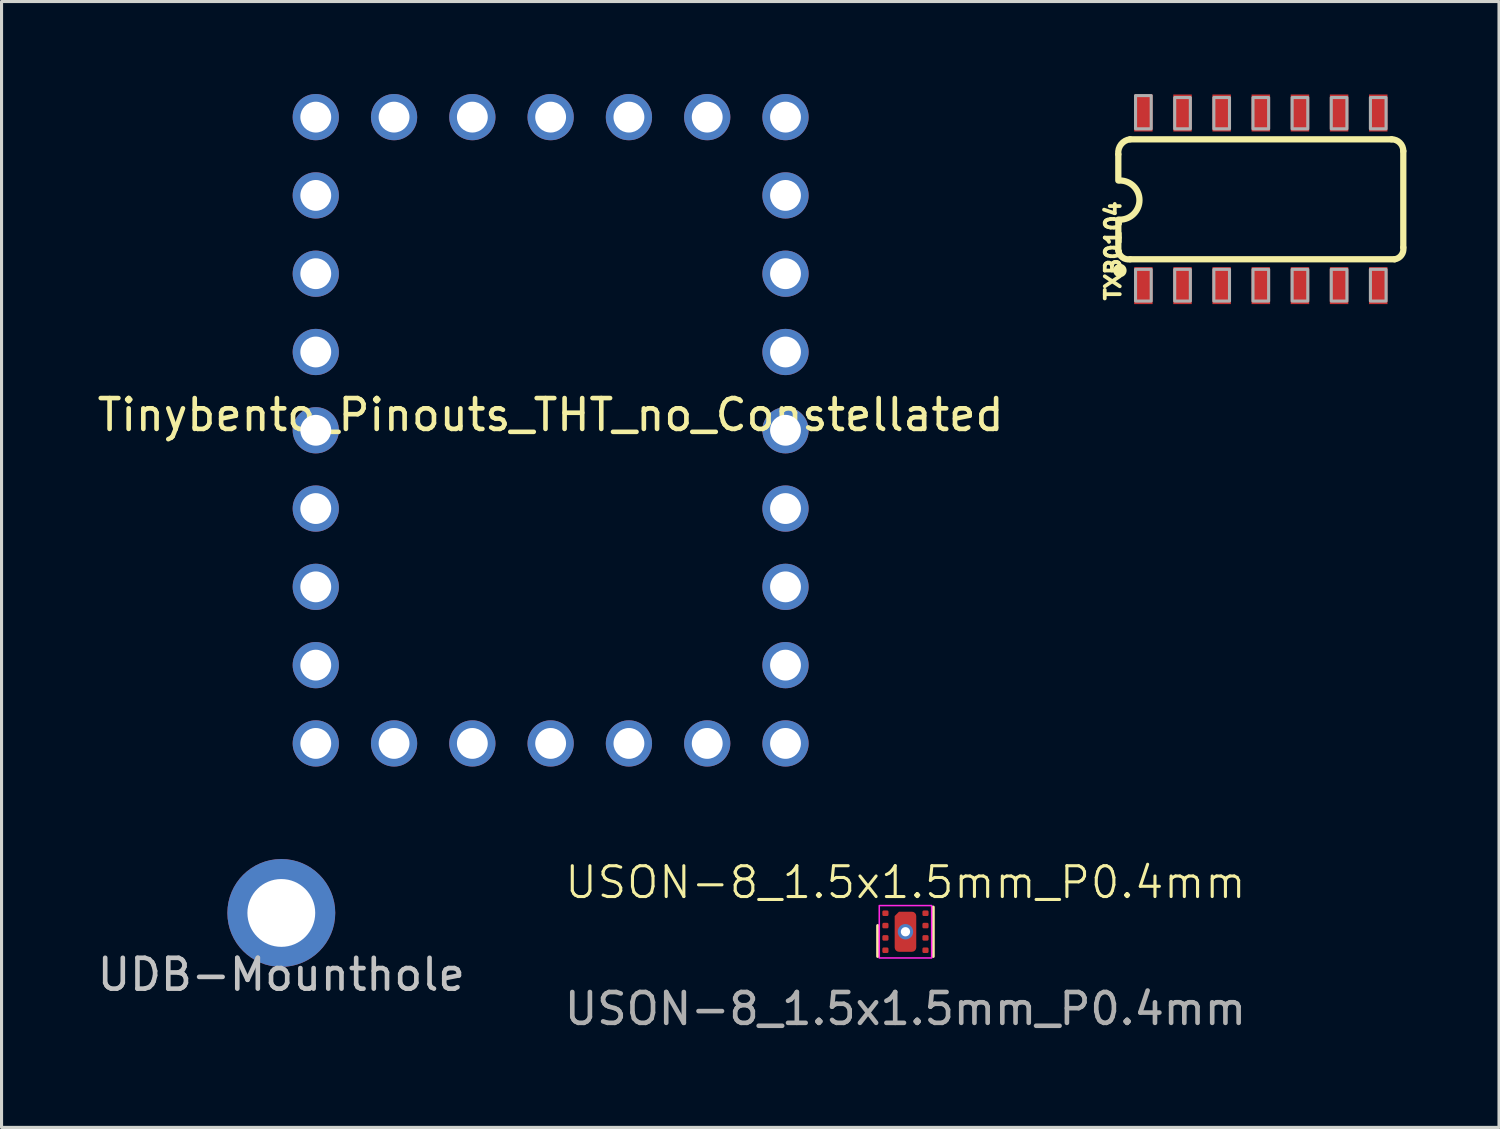
<source format=kicad_pcb>
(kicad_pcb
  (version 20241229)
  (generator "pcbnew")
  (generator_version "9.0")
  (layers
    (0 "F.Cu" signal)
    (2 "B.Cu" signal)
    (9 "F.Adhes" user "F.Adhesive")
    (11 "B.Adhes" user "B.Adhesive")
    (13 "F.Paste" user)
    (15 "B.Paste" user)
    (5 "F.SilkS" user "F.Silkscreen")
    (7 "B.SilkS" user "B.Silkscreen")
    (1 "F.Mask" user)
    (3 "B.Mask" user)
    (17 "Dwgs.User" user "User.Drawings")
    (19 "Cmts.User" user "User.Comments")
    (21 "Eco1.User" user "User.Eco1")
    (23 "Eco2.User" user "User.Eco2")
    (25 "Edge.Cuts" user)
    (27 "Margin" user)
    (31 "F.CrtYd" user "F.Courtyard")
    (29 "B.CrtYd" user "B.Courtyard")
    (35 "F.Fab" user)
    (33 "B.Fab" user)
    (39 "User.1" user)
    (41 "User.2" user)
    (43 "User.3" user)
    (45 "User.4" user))
  (footprint "UDB-Mounthole"
    (layer "F.Cu")
    (at 6.077 26.57)
    (property "Reference" "UDB-Mounthole" (at 0 2 0) (layer "Dwgs.User") (effects (font (size 1 1) (thickness 0.15))))
    (attr exclude_from_pos_files exclude_from_bom)
    (pad "1" thru_hole circle (at 0 0) (size 3.5 3.5) (drill 2.2) (layers "*.Cu" "*.Mask")))
  (footprint "Tinybento_Pinouts_THT_no_Constellated"
    (layer "F.Cu")
    (at 14.815 10.91)
    (property "Reference" "Tinybento_Pinouts_THT_no_Constellated" (at 0 -0.5 0) (unlocked yes) (layer "F.SilkS") (effects (font (size 1 1) (thickness 0.15))))
    (pad "1" thru_hole circle (at 7.62 -10.16 180) (size 1.5 1.5) (drill 1) (layers "*.Cu" "*.Mask"))
    (pad "2" thru_hole circle (at 7.62 -7.62 180) (size 1.5 1.5) (drill 1) (layers "*.Cu" "*.Mask"))
    (pad "3" thru_hole circle (at 7.62 -5.08 180) (size 1.5 1.5) (drill 1) (layers "*.Cu" "*.Mask"))
    (pad "4" thru_hole circle (at 7.62 -2.54 180) (size 1.5 1.5) (drill 1) (layers "*.Cu" "*.Mask"))
    (pad "5" thru_hole circle (at 7.62 0 180) (size 1.5 1.5) (drill 1) (layers "*.Cu" "*.Mask"))
    (pad "6" thru_hole circle (at 7.62 2.54 180) (size 1.5 1.5) (drill 1) (layers "*.Cu" "*.Mask"))
    (pad "7" thru_hole circle (at 7.62 5.08 180) (size 1.5 1.5) (drill 1) (layers "*.Cu" "*.Mask"))
    (pad "8" thru_hole circle (at 7.62 7.62 180) (size 1.5 1.5) (drill 1) (layers "*.Cu" "*.Mask"))
    (pad "9" thru_hole circle (at 7.62 10.16 180) (size 1.5 1.5) (drill 1) (layers "*.Cu" "*.Mask"))
    (pad "10" thru_hole circle (at 5.08 10.16 90) (size 1.5 1.5) (drill 1) (layers "*.Cu" "*.Mask"))
    (pad "11" thru_hole circle (at 2.54 10.16 90) (size 1.5 1.5) (drill 1) (layers "*.Cu" "*.Mask"))
    (pad "12" thru_hole circle (at 0 10.16 90) (size 1.5 1.5) (drill 1) (layers "*.Cu" "*.Mask"))
    (pad "13" thru_hole circle (at -2.54 10.16 90) (size 1.5 1.5) (drill 1) (layers "*.Cu" "*.Mask"))
    (pad "14" thru_hole circle (at -5.08 10.16 90) (size 1.5 1.5) (drill 1) (layers "*.Cu" "*.Mask"))
    (pad "15" thru_hole circle (at -7.62 10.16) (size 1.5 1.5) (drill 1) (layers "*.Cu" "*.Mask"))
    (pad "16" thru_hole circle (at -7.62 7.62) (size 1.5 1.5) (drill 1) (layers "*.Cu" "*.Mask"))
    (pad "17" thru_hole circle (at -7.62 5.08) (size 1.5 1.5) (drill 1) (layers "*.Cu" "*.Mask"))
    (pad "18" thru_hole circle (at -7.62 2.54) (size 1.5 1.5) (drill 1) (layers "*.Cu" "*.Mask"))
    (pad "19" thru_hole circle (at -7.62 0) (size 1.5 1.5) (drill 1) (layers "*.Cu" "*.Mask"))
    (pad "20" thru_hole circle (at -7.62 -2.54) (size 1.5 1.5) (drill 1) (layers "*.Cu" "*.Mask"))
    (pad "21" thru_hole circle (at -7.62 -5.08) (size 1.5 1.5) (drill 1) (layers "*.Cu" "*.Mask"))
    (pad "22" thru_hole circle (at -7.62 -7.62) (size 1.5 1.5) (drill 1) (layers "*.Cu" "*.Mask"))
    (pad "23" thru_hole circle (at -7.62 -10.16) (size 1.5 1.5) (drill 1) (layers "*.Cu" "*.Mask"))
    (pad "24" thru_hole circle (at -5.08 -10.16 270) (size 1.5 1.5) (drill 1) (layers "*.Cu" "*.Mask"))
    (pad "25" thru_hole circle (at -2.54 -10.16 270) (size 1.5 1.5) (drill 1) (layers "*.Cu" "*.Mask"))
    (pad "26" thru_hole circle (at 0 -10.16 270) (size 1.5 1.5) (drill 1) (layers "*.Cu" "*.Mask"))
    (pad "27" thru_hole circle (at 2.54 -10.16 270) (size 1.5 1.5) (drill 1) (layers "*.Cu" "*.Mask"))
    (pad "28" thru_hole circle (at 5.08 -10.16 270) (size 1.5 1.5) (drill 1) (layers "*.Cu" "*.Mask")))
  (footprint "USON-8_1.5x1.5mm_P0.4mm"
    (layer "F.Cu")
    (at 26.327 27.18)
    (property "Reference" "USON-8_1.5x1.5mm_P0.4mm" (at 0 -1.6 0) (unlocked yes) (layer "F.SilkS") (effects (font (size 1 1) (thickness 0.1))))
    (attr smd)
    (fp_line (start -0.9 -0.2) (end -0.9 0.8) (stroke (width 0.1) (type default)) (layer "F.SilkS"))
    (fp_line (start 0.9 -0.8) (end 0.9 0.8) (stroke (width 0.1) (type default)) (layer "F.SilkS"))
    (fp_circle (center -0.2 -0.5) (end -0.1 -0.5) (stroke (width 0) (type solid)) (fill yes) (layer "F.Paste"))
    (fp_circle (center -0.2 0.5) (end -0.1 0.5) (stroke (width 0) (type solid)) (fill yes) (layer "F.Paste"))
    (fp_circle (center 0 -0.3) (end 0.1 -0.3) (stroke (width 0) (type solid)) (fill yes) (layer "F.Paste"))
    (fp_circle (center 0 0.3) (end 0.1 0.3) (stroke (width 0) (type solid)) (fill yes) (layer "F.Paste"))
    (fp_circle (center 0.2 -0.5) (end 0.3 -0.5) (stroke (width 0) (type solid)) (fill yes) (layer "F.Paste"))
    (fp_circle (center 0.2 0.5) (end 0.3 0.5) (stroke (width 0) (type solid)) (fill yes) (layer "F.Paste"))
    (fp_rect (start -0.85 -0.85) (end 0.85 0.85) (stroke (width 0.05) (type default)) (fill no) (layer "F.CrtYd"))
    (fp_text user "${REFERENCE}" (at 0 2.5 0) (unlocked yes) (layer "F.Fab") (effects (font (size 1 1) (thickness 0.15))))
    (pad "1" smd roundrect (at -0.65 -0.6) (size 0.2 0.18) (layers "F.Cu" "F.Mask" "F.Paste") (roundrect_rratio 0.25))
    (pad "2" smd roundrect (at -0.65 -0.2) (size 0.2 0.18) (layers "F.Cu" "F.Mask" "F.Paste") (roundrect_rratio 0.25))
    (pad "3" smd roundrect (at -0.65 0.2) (size 0.2 0.18) (layers "F.Cu" "F.Mask" "F.Paste") (roundrect_rratio 0.25))
    (pad "4" smd roundrect (at -0.65 0.6) (size 0.2 0.18) (layers "F.Cu" "F.Mask" "F.Paste") (roundrect_rratio 0.25))
    (pad "5" smd roundrect (at 0.65 0.6) (size 0.2 0.18) (layers "F.Cu" "F.Mask" "F.Paste") (roundrect_rratio 0.25))
    (pad "6" smd roundrect (at 0.65 0.2) (size 0.2 0.18) (layers "F.Cu" "F.Mask" "F.Paste") (roundrect_rratio 0.25))
    (pad "7" smd roundrect (at 0.65 -0.2) (size 0.2 0.18) (layers "F.Cu" "F.Mask" "F.Paste") (roundrect_rratio 0.25))
    (pad "8" smd roundrect (at 0.65 -0.6) (size 0.2 0.18) (layers "F.Cu" "F.Mask" "F.Paste") (roundrect_rratio 0.25))
    (pad "9" thru_hole circle (at 0 0) (size 0.5 0.5) (drill 0.3) (layers "*.Cu" "*.Mask"))
    (pad "9" smd roundrect (at 0 0) (size 0.7 1.3) (layers "F.Cu" "F.Mask") (roundrect_rratio 0.2) (chamfer_ratio 0.2) (chamfer top_left)))
  (footprint "TXB0104"
    (layer "F.Cu")
    (at 37.856 3.416)
    (property "Reference" "TXB0104" (at -5.08 0 90) (layer "F.SilkS") (effects (font (size 0.488 0.488) (thickness 0.122)) (justify right top)))
    (fp_line (start -4.623 -1.453) (end -4.623 -0.61) (stroke (width 0.203) (type solid)) (layer "F.SilkS"))
    (fp_line (start -4.623 1.665) (end -4.623 0.66) (stroke (width 0.203) (type solid)) (layer "F.SilkS"))
    (fp_line (start -4.242 1.946) (end 4.342 1.946) (stroke (width 0.203) (type solid)) (layer "F.SilkS"))
    (fp_line (start 4.242 -1.946) (end -4.242 -1.946) (stroke (width 0.203) (type solid)) (layer "F.SilkS"))
    (fp_line (start 4.623 1.565) (end 4.623 -1.565) (stroke (width 0.203) (type solid)) (layer "F.SilkS"))
    (fp_arc (start -4.6228 -1.4653) (mid -4.531948 -1.784731) (end -4.2418 -1.9463) (stroke (width 0.2032) (type solid)) (layer "F.SilkS"))
    (fp_arc (start -4.572 -0.6096) (mid -3.937 0.0254) (end -4.572 0.6604) (stroke (width 0.2032) (type solid)) (layer "F.SilkS"))
    (fp_arc (start -4.241799 1.946301) (mid -4.49054 1.884767) (end -4.6228 1.6653) (stroke (width 0.2032) (type solid)) (layer "F.SilkS"))
    (fp_arc (start 4.2418 -1.9463) (mid 4.511237 -1.834736) (end 4.6228 -1.565298) (stroke (width 0.2032) (type solid)) (layer "F.SilkS"))
    (fp_arc (start 4.6228 1.5653) (mid 4.561208 1.813997) (end 4.3418 1.9463) (stroke (width 0.2032) (type solid)) (layer "F.SilkS"))
    (fp_circle (center -4.572 2.311) (end -4.463 2.311) (stroke (width 0.218) (type solid)) (fill yes) (layer "F.SilkS"))
    (fp_poly (pts (xy -4.064 -2.286) (xy -3.556 -2.286) (xy -3.556 -3.365) (xy -4.064 -3.365)) (stroke (width 0.1) (type solid)) (fill no) (layer "F.Fab"))
    (fp_poly (pts (xy -4.064 3.302) (xy -3.556 3.302) (xy -3.556 2.273) (xy -4.064 2.273)) (stroke (width 0.1) (type solid)) (fill no) (layer "F.Fab"))
    (fp_poly (pts (xy -2.794 -2.286) (xy -2.286 -2.286) (xy -2.286 -3.302) (xy -2.794 -3.302)) (stroke (width 0.1) (type solid)) (fill no) (layer "F.Fab"))
    (fp_poly (pts (xy -2.794 3.302) (xy -2.286 3.302) (xy -2.286 2.273) (xy -2.794 2.273)) (stroke (width 0.1) (type solid)) (fill no) (layer "F.Fab"))
    (fp_poly (pts (xy -1.524 -2.286) (xy -1.016 -2.286) (xy -1.016 -3.302) (xy -1.524 -3.302)) (stroke (width 0.1) (type solid)) (fill no) (layer "F.Fab"))
    (fp_poly (pts (xy -1.524 3.302) (xy -1.016 3.302) (xy -1.016 2.273) (xy -1.524 2.273)) (stroke (width 0.1) (type solid)) (fill no) (layer "F.Fab"))
    (fp_poly (pts (xy -0.254 -2.286) (xy 0.254 -2.286) (xy 0.254 -3.302) (xy -0.254 -3.302)) (stroke (width 0.1) (type solid)) (fill no) (layer "F.Fab"))
    (fp_poly (pts (xy -0.254 3.302) (xy 0.254 3.302) (xy 0.254 2.273) (xy -0.254 2.273)) (stroke (width 0.1) (type solid)) (fill no) (layer "F.Fab"))
    (fp_poly (pts (xy 1.016 -2.286) (xy 1.524 -2.286) (xy 1.524 -3.302) (xy 1.016 -3.302)) (stroke (width 0.1) (type solid)) (fill no) (layer "F.Fab"))
    (fp_poly (pts (xy 1.016 3.302) (xy 1.524 3.302) (xy 1.524 2.273) (xy 1.016 2.273)) (stroke (width 0.1) (type solid)) (fill no) (layer "F.Fab"))
    (fp_poly (pts (xy 2.286 -2.286) (xy 2.794 -2.286) (xy 2.794 -3.302) (xy 2.286 -3.302)) (stroke (width 0.1) (type solid)) (fill no) (layer "F.Fab"))
    (fp_poly (pts (xy 2.286 3.302) (xy 2.794 3.302) (xy 2.794 2.273) (xy 2.286 2.273)) (stroke (width 0.1) (type solid)) (fill no) (layer "F.Fab"))
    (fp_poly (pts (xy 3.556 -2.286) (xy 4.064 -2.286) (xy 4.064 -3.302) (xy 3.556 -3.302)) (stroke (width 0.1) (type solid)) (fill no) (layer "F.Fab"))
    (fp_poly (pts (xy 3.556 3.302) (xy 4.064 3.302) (xy 4.064 2.273) (xy 3.556 2.273)) (stroke (width 0.1) (type solid)) (fill no) (layer "F.Fab"))
    (pad "1" smd rect (at -3.81 2.8) (size 0.6 1.2) (layers "F.Cu" "F.Mask" "F.Paste"))
    (pad "2" smd rect (at -2.54 2.8) (size 0.6 1.2) (layers "F.Cu" "F.Mask" "F.Paste"))
    (pad "3" smd rect (at -1.27 2.8) (size 0.6 1.2) (layers "F.Cu" "F.Mask" "F.Paste"))
    (pad "4" smd rect (at 0 2.8) (size 0.6 1.2) (layers "F.Cu" "F.Mask" "F.Paste"))
    (pad "5" smd rect (at 1.27 2.8) (size 0.6 1.2) (layers "F.Cu" "F.Mask" "F.Paste"))
    (pad "6" smd rect (at 2.54 2.8) (size 0.6 1.2) (layers "F.Cu" "F.Mask" "F.Paste"))
    (pad "7" smd rect (at 3.81 2.8) (size 0.6 1.2) (layers "F.Cu" "F.Mask" "F.Paste"))
    (pad "8" smd rect (at 3.81 -2.8) (size 0.6 1.2) (layers "F.Cu" "F.Mask" "F.Paste"))
    (pad "9" smd rect (at 2.54 -2.8) (size 0.6 1.2) (layers "F.Cu" "F.Mask" "F.Paste"))
    (pad "10" smd rect (at 1.27 -2.8) (size 0.6 1.2) (layers "F.Cu" "F.Mask" "F.Paste"))
    (pad "11" smd rect (at 0 -2.8) (size 0.6 1.2) (layers "F.Cu" "F.Mask" "F.Paste"))
    (pad "12" smd rect (at -1.27 -2.8) (size 0.6 1.2) (layers "F.Cu" "F.Mask" "F.Paste"))
    (pad "13" smd rect (at -2.54 -2.8) (size 0.6 1.2) (layers "F.Cu" "F.Mask" "F.Paste"))
    (pad "14" smd rect (at -3.81 -2.8) (size 0.6 1.2) (layers "F.Cu" "F.Mask" "F.Paste")))
  (gr_rect
    (start -3 -3)
    (end 45.584 33.529)
    (stroke (width 0.1) (type default))
    (fill no)
    (layer "Edge.Cuts")))
</source>
